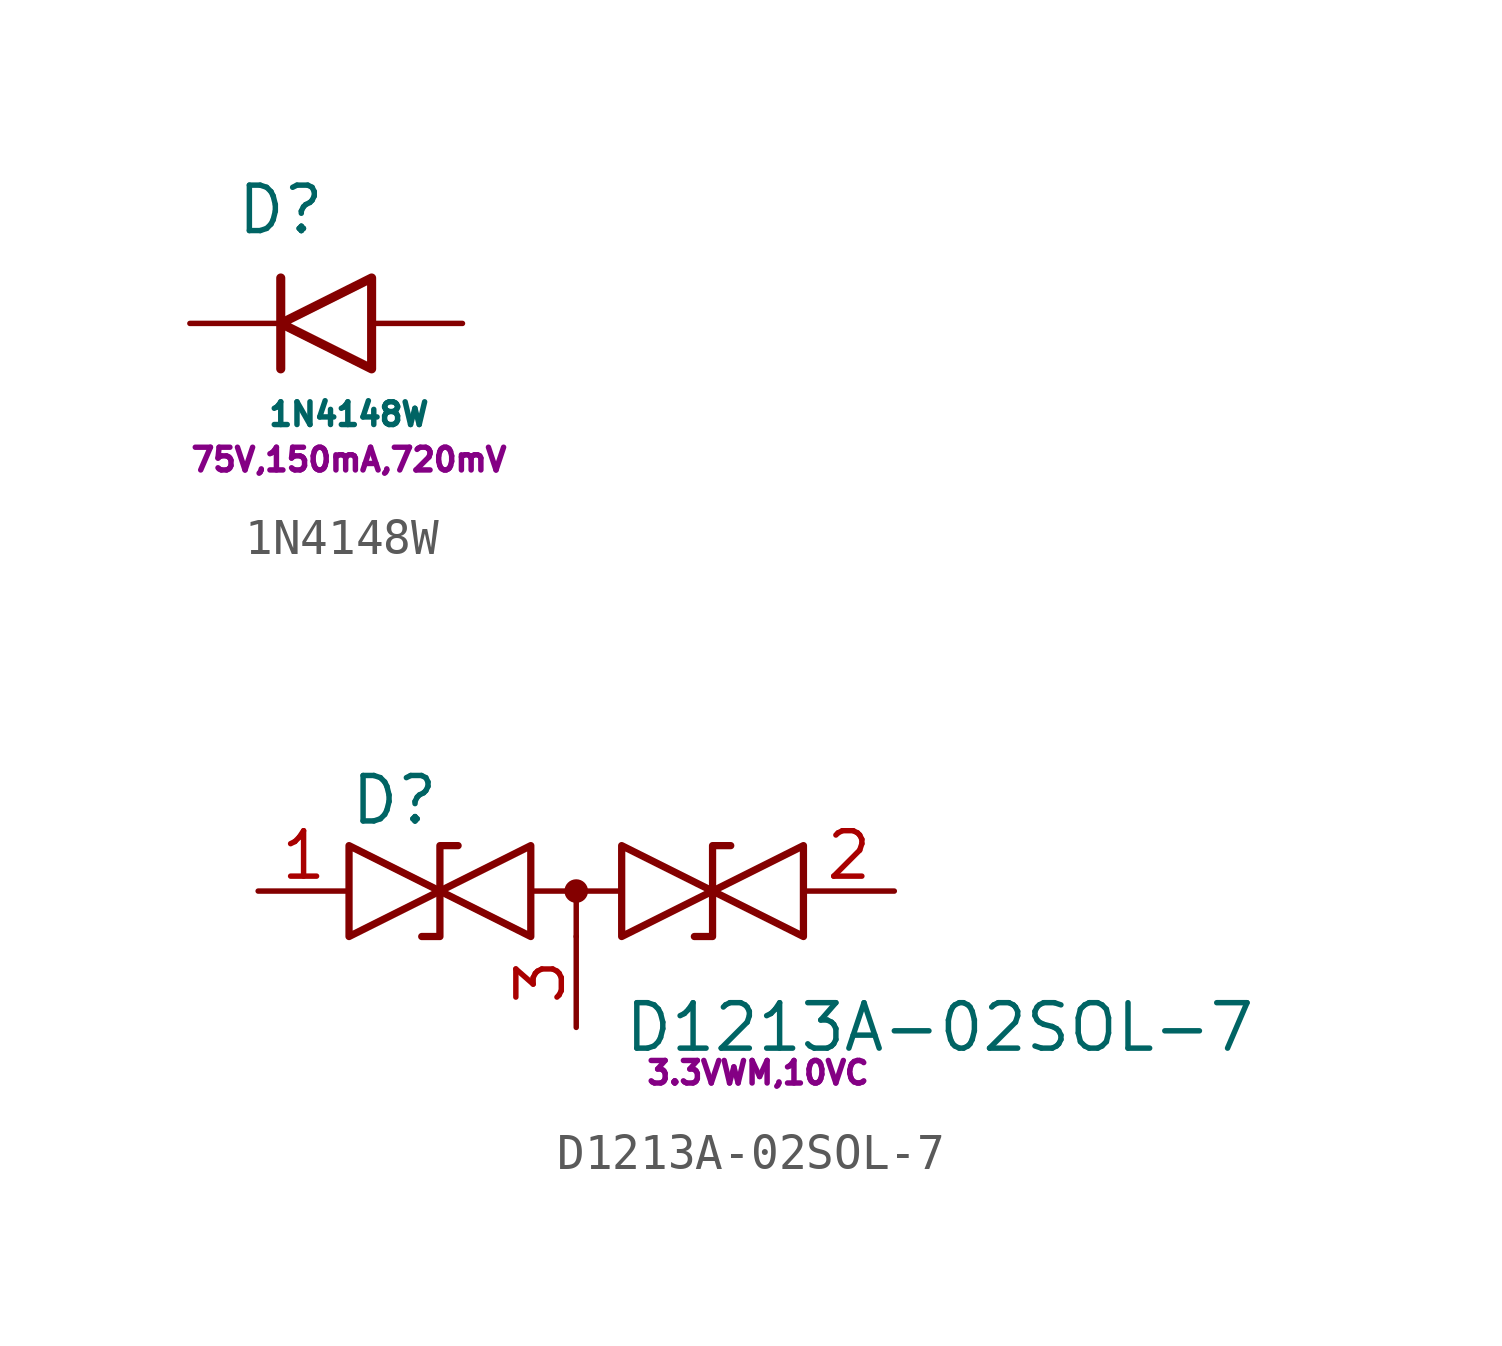
<source format=kicad_sym>
(kicad_symbol_lib
  (version 20220914)
  (generator kicad_symbol_editor)
  (symbol "1N4148W"
    (pin_numbers hide)
    (pin_names
      (offset 1.016) hide)
    (property "Reference" "D"
      (at -1.27 3.175 0)
      (effects (font (size 1.27 1.27))))
    (property "Value" "1N4148W"
      (at 0.635 -2.54 0)
      (effects (font (size 0.635 0.635))))
    (property "Params" "75V,150mA,720mV"
      (at 0.635 -3.81 0)
      (effects (font (size 0.635 0.635))))
    (symbol "1N4148W_1_1"
      (polyline (pts (xy -1.27 1.27) (xy -1.27 -1.27)) (stroke (width 0.254) (type default)) (fill (type none)))
      (polyline (pts (xy 1.27 1.27) (xy 1.27 -1.27) (xy -1.27 0) (xy 1.27 1.27)) (stroke (width 0.254) (type default)) (fill (type none)))
      (pin passive line (at -3.81 0 0) (length 2.54) (name "~" (effects (font (size 1.27 1.27)))) (number "1" (effects (font (size 1.27 1.27)))))
      (pin passive line (at 3.81 0 180) (length 2.54) (name "~" (effects (font (size 1.27 1.27)))) (number "2" (effects (font (size 1.27 1.27)))))))
  (symbol "D1213A-02SOL-7"
    (pin_names hide)
    (property "Reference" "D"
      (at -5.08 2.54 0)
      (effects (font (size 1.27 1.27))))
    (property "Value" "D1213A-02SOL-7"
      (at 10.16 -3.81 0)
      (effects (font (size 1.27 1.27))))
    (property "Params" "3.3VWM,10VC"
      (at 5.08 -5.08 0)
      (effects (font (size 0.63 0.63))))
    (symbol "D1213A-02SOL-7_0_0"
      (polyline (pts (xy 0 -1.27) (xy 0 0)) (stroke (width 0) (type default)) (fill (type none))))
    (symbol "D1213A-02SOL-7_0_1"
      (polyline (pts (xy 1.27 0) (xy -1.27 0)) (stroke (width 0) (type default)) (fill (type none)))
      (polyline (pts (xy -3.302 1.27) (xy -3.81 1.27) (xy -3.81 -1.27) (xy -4.318 -1.27)) (stroke (width 0.203) (type default)) (fill (type none)))
      (polyline (pts (xy 4.318 1.27) (xy 3.81 1.27) (xy 3.81 -1.27) (xy 3.302 -1.27)) (stroke (width 0.203) (type default)) (fill (type none)))
      (polyline (pts (xy -6.35 -1.27) (xy -1.27 1.27) (xy -1.27 -1.27) (xy -6.35 1.27) (xy -6.35 -1.27)) (stroke (width 0.203) (type default)) (fill (type none)))
      (polyline (pts (xy 1.27 -1.27) (xy 1.27 1.27) (xy 6.35 -1.27) (xy 6.35 1.27) (xy 1.27 -1.27)) (stroke (width 0.203) (type default)) (fill (type none)))
      (circle (center 0 0) (radius 0.254) (stroke (width 0) (type default)) (fill (type outline))))
    (symbol "D1213A-02SOL-7_1_1"
      (pin passive line (at -8.89 0 0) (length 2.54) (name "A1" (effects (font (size 1.27 1.27)))) (number "1" (effects (font (size 1.27 1.27)))))
      (pin passive line (at 8.89 0 180) (length 2.54) (name "A2" (effects (font (size 1.27 1.27)))) (number "2" (effects (font (size 1.27 1.27)))))
      (pin passive line (at 0 -3.81 90) (length 2.54) (name "common" (effects (font (size 1.27 1.27)))) (number "3" (effects (font (size 1.27 1.27))))))))
</source>
